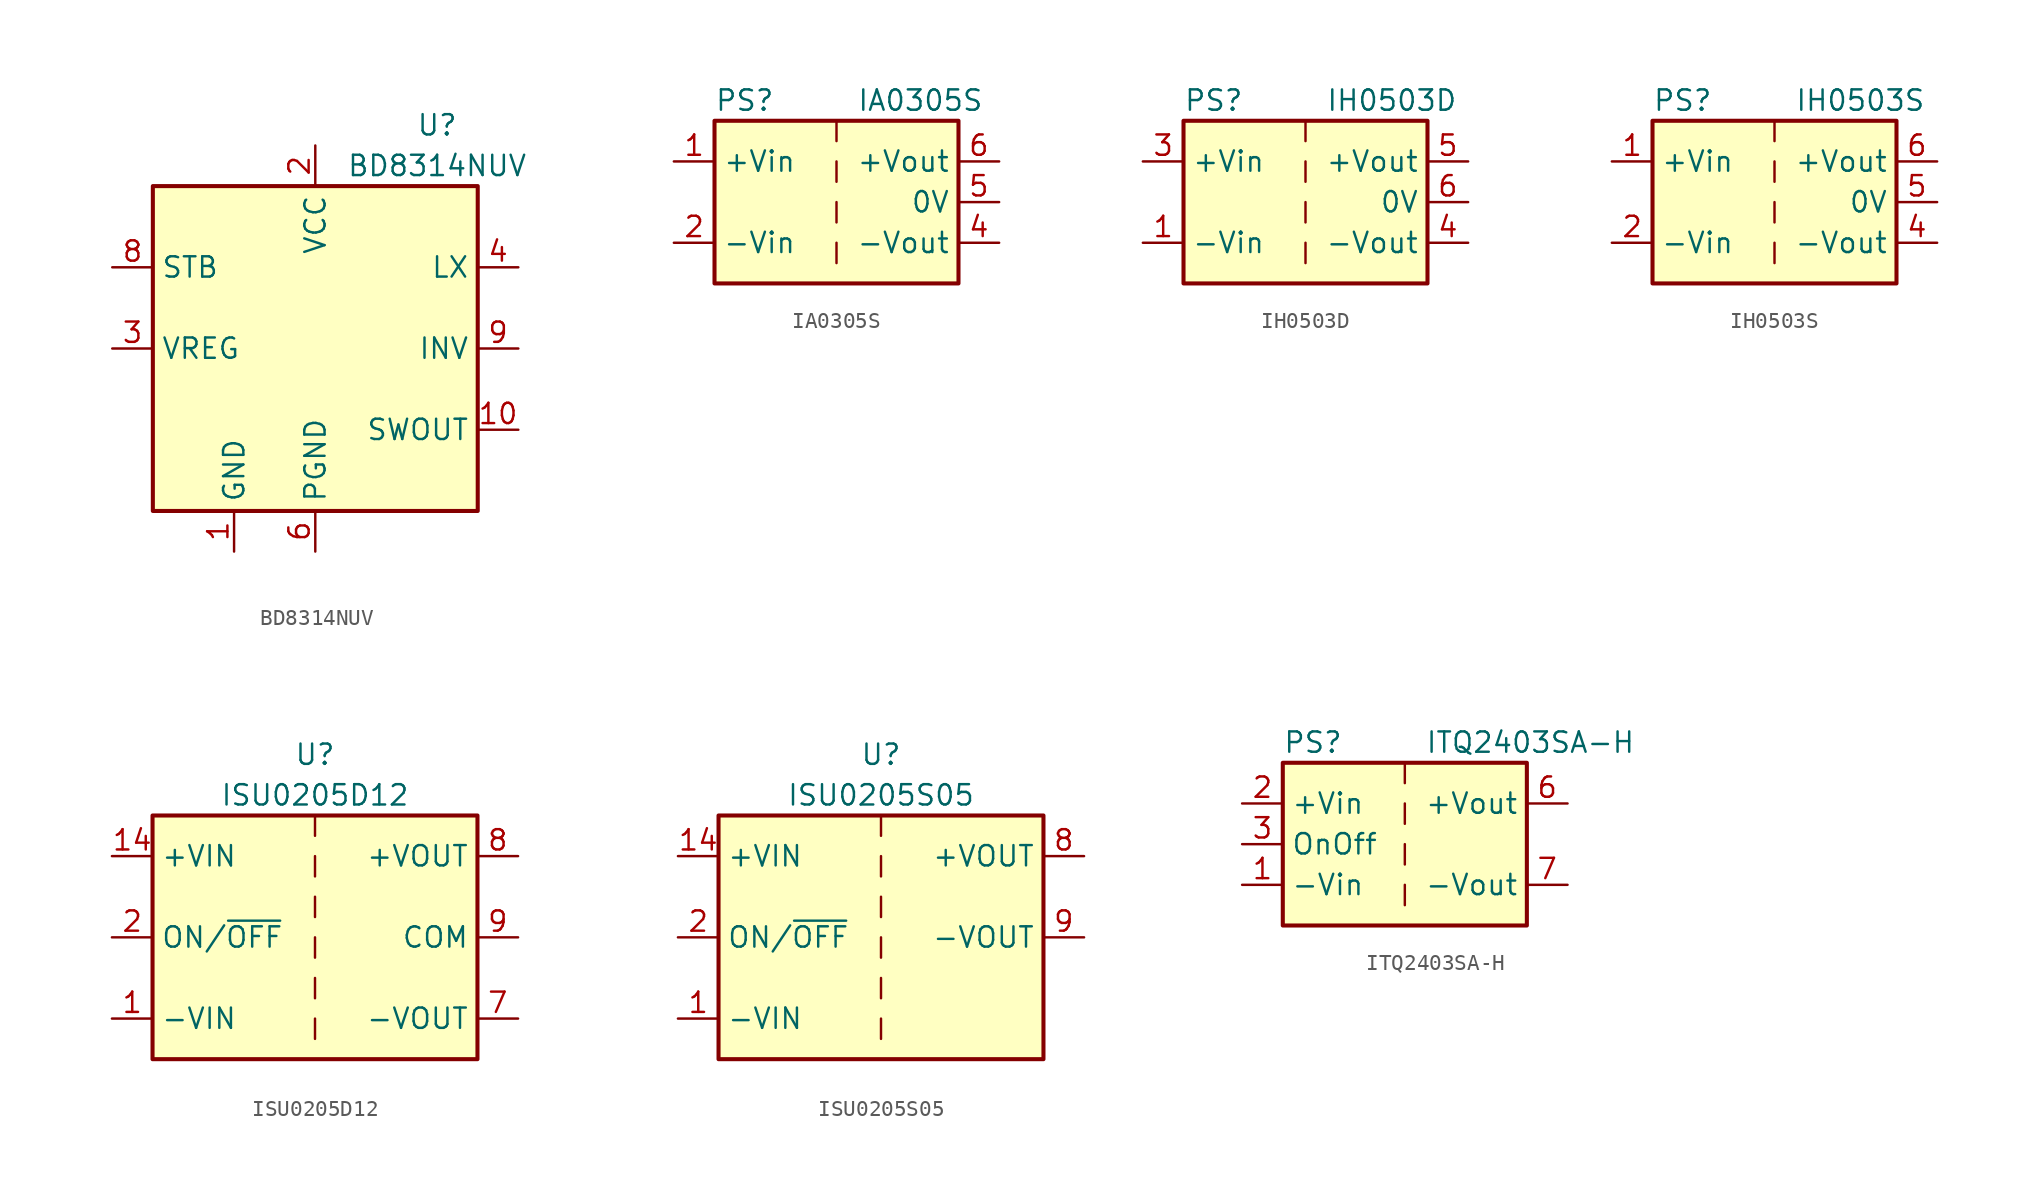
<source format=kicad_sym>
(kicad_symbol_lib
  (version 20201005)
  (generator kicad_symbol_editor)
  (symbol "BD8314NUV"
    (property "Reference" "U"
      (at 7.62 13.97 0)
      (effects (font (size 1.27 1.27))))
    (property "Value" "BD8314NUV"
      (at 7.62 11.43 0)
      (effects (font (size 1.27 1.27))))
    (symbol "BD8314NUV_0_1"
      (rectangle (start -10.16 10.16) (end 10.16 -10.16) (stroke (width 0.254)) (fill (type background))))
    (symbol "BD8314NUV_1_1"
      (pin power_in line (at -5.08 -12.7 90) (length 2.54) (name "GND" (effects (font (size 1.27 1.27)))) (number "1" (effects (font (size 1.27 1.27)))))
      (pin passive line (at 12.7 -5.08 180) (length 2.54) (name "SWOUT" (effects (font (size 1.27 1.27)))) (number "10" (effects (font (size 1.27 1.27)))))
      (pin passive line (at 0 -12.7 90) (length 2.54) hide (name "PGND" (effects (font (size 1.27 1.27)))) (number "11" (effects (font (size 1.27 1.27)))))
      (pin power_in line (at 0 12.7 270) (length 2.54) (name "VCC" (effects (font (size 1.27 1.27)))) (number "2" (effects (font (size 1.27 1.27)))))
      (pin passive line (at -12.7 0 0) (length 2.54) (name "VREG" (effects (font (size 1.27 1.27)))) (number "3" (effects (font (size 1.27 1.27)))))
      (pin passive line (at 12.7 5.08 180) (length 2.54) (name "LX" (effects (font (size 1.27 1.27)))) (number "4" (effects (font (size 1.27 1.27)))))
      (pin passive line (at 12.7 5.08 180) (length 2.54) hide (name "LX" (effects (font (size 1.27 1.27)))) (number "5" (effects (font (size 1.27 1.27)))))
      (pin power_in line (at 0 -12.7 90) (length 2.54) (name "PGND" (effects (font (size 1.27 1.27)))) (number "6" (effects (font (size 1.27 1.27)))))
      (pin passive line (at 0 -12.7 90) (length 2.54) hide (name "PGND" (effects (font (size 1.27 1.27)))) (number "7" (effects (font (size 1.27 1.27)))))
      (pin input line (at -12.7 5.08 0) (length 2.54) (name "STB" (effects (font (size 1.27 1.27)))) (number "8" (effects (font (size 1.27 1.27)))))
      (pin passive line (at 12.7 0 180) (length 2.54) (name "INV" (effects (font (size 1.27 1.27)))) (number "9" (effects (font (size 1.27 1.27)))))))
  (symbol "IA0305S"
    (property "Reference" "PS"
      (at -7.62 6.35 0)
      (effects (font (size 1.27 1.27)) (justify left)))
    (property "Value" "IA0305S"
      (at 1.27 6.35 0)
      (effects (font (size 1.27 1.27)) (justify left)))
    (symbol "IA0305S_0_0"
      (pin power_in line (at -10.16 2.54 0) (length 2.54) (name "+Vin" (effects (font (size 1.27 1.27)))) (number "1" (effects (font (size 1.27 1.27)))))
      (pin power_in line (at -10.16 -2.54 0) (length 2.54) (name "-Vin" (effects (font (size 1.27 1.27)))) (number "2" (effects (font (size 1.27 1.27)))))
      (pin power_out line (at 10.16 -2.54 180) (length 2.54) (name "-Vout" (effects (font (size 1.27 1.27)))) (number "4" (effects (font (size 1.27 1.27)))))
      (pin power_out line (at 10.16 0 180) (length 2.54) (name "0V" (effects (font (size 1.27 1.27)))) (number "5" (effects (font (size 1.27 1.27)))))
      (pin power_out line (at 10.16 2.54 180) (length 2.54) (name "+Vout" (effects (font (size 1.27 1.27)))) (number "6" (effects (font (size 1.27 1.27))))))
    (symbol "IA0305S_0_1"
      (rectangle (start -7.62 5.08) (end 7.62 -5.08) (stroke (width 0.254)) (fill (type background)))
      (polyline (pts (xy 0 -2.54) (xy 0 -3.81)) (stroke (width 0)) (fill (type none)))
      (polyline (pts (xy 0 0) (xy 0 -1.27)) (stroke (width 0)) (fill (type none)))
      (polyline (pts (xy 0 2.54) (xy 0 1.27)) (stroke (width 0)) (fill (type none)))
      (polyline (pts (xy 0 5.08) (xy 0 3.81)) (stroke (width 0)) (fill (type none)))))
  (symbol "IH0503D"
    (property "Reference" "PS"
      (at -7.62 6.35 0)
      (effects (font (size 1.27 1.27)) (justify left)))
    (property "Value" "IH0503D"
      (at 1.27 6.35 0)
      (effects (font (size 1.27 1.27)) (justify left)))
    (symbol "IH0503D_0_0"
      (pin power_in line (at -10.16 -2.54 0) (length 2.54) (name "-Vin" (effects (font (size 1.27 1.27)))) (number "1" (effects (font (size 1.27 1.27)))))
      (pin power_in line (at -10.16 2.54 0) (length 2.54) (name "+Vin" (effects (font (size 1.27 1.27)))) (number "3" (effects (font (size 1.27 1.27)))))
      (pin power_out line (at 10.16 -2.54 180) (length 2.54) (name "-Vout" (effects (font (size 1.27 1.27)))) (number "4" (effects (font (size 1.27 1.27)))))
      (pin power_out line (at 10.16 2.54 180) (length 2.54) (name "+Vout" (effects (font (size 1.27 1.27)))) (number "5" (effects (font (size 1.27 1.27)))))
      (pin power_out line (at 10.16 0 180) (length 2.54) (name "0V" (effects (font (size 1.27 1.27)))) (number "6" (effects (font (size 1.27 1.27))))))
    (symbol "IH0503D_0_1"
      (rectangle (start -7.62 5.08) (end 7.62 -5.08) (stroke (width 0.254)) (fill (type background)))
      (polyline (pts (xy 0 -2.54) (xy 0 -3.81)) (stroke (width 0)) (fill (type none)))
      (polyline (pts (xy 0 0) (xy 0 -1.27)) (stroke (width 0)) (fill (type none)))
      (polyline (pts (xy 0 2.54) (xy 0 1.27)) (stroke (width 0)) (fill (type none)))
      (polyline (pts (xy 0 5.08) (xy 0 3.81)) (stroke (width 0)) (fill (type none))))
    (symbol "IH0503D_1_1"
      (pin no_connect line (at 0 -5.08 90) (length 2.54) hide (name "NC" (effects (font (size 1.27 1.27)))) (number "2" (effects (font (size 1.27 1.27)))))))
  (symbol "IH0503S"
    (property "Reference" "PS"
      (at -7.62 6.35 0)
      (effects (font (size 1.27 1.27)) (justify left)))
    (property "Value" "IH0503S"
      (at 1.27 6.35 0)
      (effects (font (size 1.27 1.27)) (justify left)))
    (symbol "IH0503S_0_0"
      (pin power_in line (at -10.16 2.54 0) (length 2.54) (name "+Vin" (effects (font (size 1.27 1.27)))) (number "1" (effects (font (size 1.27 1.27)))))
      (pin power_in line (at -10.16 -2.54 0) (length 2.54) (name "-Vin" (effects (font (size 1.27 1.27)))) (number "2" (effects (font (size 1.27 1.27)))))
      (pin power_out line (at 10.16 -2.54 180) (length 2.54) (name "-Vout" (effects (font (size 1.27 1.27)))) (number "4" (effects (font (size 1.27 1.27)))))
      (pin power_out line (at 10.16 0 180) (length 2.54) (name "0V" (effects (font (size 1.27 1.27)))) (number "5" (effects (font (size 1.27 1.27)))))
      (pin power_out line (at 10.16 2.54 180) (length 2.54) (name "+Vout" (effects (font (size 1.27 1.27)))) (number "6" (effects (font (size 1.27 1.27))))))
    (symbol "IH0503S_0_1"
      (rectangle (start -7.62 5.08) (end 7.62 -5.08) (stroke (width 0.254)) (fill (type background)))
      (polyline (pts (xy 0 -2.54) (xy 0 -3.81)) (stroke (width 0)) (fill (type none)))
      (polyline (pts (xy 0 0) (xy 0 -1.27)) (stroke (width 0)) (fill (type none)))
      (polyline (pts (xy 0 2.54) (xy 0 1.27)) (stroke (width 0)) (fill (type none)))
      (polyline (pts (xy 0 5.08) (xy 0 3.81)) (stroke (width 0)) (fill (type none)))))
  (symbol "ISU0205D12"
    (property "Reference" "U"
      (at 0 11.43 0)
      (effects (font (size 1.27 1.27))))
    (property "Value" "ISU0205D12"
      (at 0 8.89 0)
      (effects (font (size 1.27 1.27))))
    (symbol "ISU0205D12_0_1"
      (rectangle (start -10.16 7.62) (end 10.16 -7.62) (stroke (width 0.254)) (fill (type background)))
      (polyline (pts (xy 0 -5.08) (xy 0 -6.35)) (stroke (width 0)) (fill (type none)))
      (polyline (pts (xy 0 -2.54) (xy 0 -3.81)) (stroke (width 0)) (fill (type none)))
      (polyline (pts (xy 0 0) (xy 0 -1.27)) (stroke (width 0)) (fill (type none)))
      (polyline (pts (xy 0 2.54) (xy 0 1.27)) (stroke (width 0)) (fill (type none)))
      (polyline (pts (xy 0 5.08) (xy 0 3.81)) (stroke (width 0)) (fill (type none)))
      (polyline (pts (xy 0 7.62) (xy 0 6.35)) (stroke (width 0)) (fill (type none))))
    (symbol "ISU0205D12_1_1"
      (pin power_in line (at -12.7 -5.08 0) (length 2.54) (name "-VIN" (effects (font (size 1.27 1.27)))) (number "1" (effects (font (size 1.27 1.27)))))
      (pin power_in line (at -12.7 5.08 0) (length 2.54) (name "+VIN" (effects (font (size 1.27 1.27)))) (number "14" (effects (font (size 1.27 1.27)))))
      (pin input line (at -12.7 0 0) (length 2.54) (name "ON/~OFF" (effects (font (size 1.27 1.27)))) (number "2" (effects (font (size 1.27 1.27)))))
      (pin passive line (at 12.7 0 180) (length 2.54) hide (name "COM" (effects (font (size 1.27 1.27)))) (number "6" (effects (font (size 1.27 1.27)))))
      (pin power_out line (at 12.7 -5.08 180) (length 2.54) (name "-VOUT" (effects (font (size 1.27 1.27)))) (number "7" (effects (font (size 1.27 1.27)))))
      (pin power_out line (at 12.7 5.08 180) (length 2.54) (name "+VOUT" (effects (font (size 1.27 1.27)))) (number "8" (effects (font (size 1.27 1.27)))))
      (pin power_out line (at 12.7 0 180) (length 2.54) (name "COM" (effects (font (size 1.27 1.27)))) (number "9" (effects (font (size 1.27 1.27)))))))
  (symbol "ISU0205S05"
    (property "Reference" "U"
      (at 0 11.43 0)
      (effects (font (size 1.27 1.27))))
    (property "Value" "ISU0205S05"
      (at 0 8.89 0)
      (effects (font (size 1.27 1.27))))
    (symbol "ISU0205S05_0_1"
      (rectangle (start -10.16 7.62) (end 10.16 -7.62) (stroke (width 0.254)) (fill (type background)))
      (polyline (pts (xy 0 -5.08) (xy 0 -6.35)) (stroke (width 0)) (fill (type none)))
      (polyline (pts (xy 0 -2.54) (xy 0 -3.81)) (stroke (width 0)) (fill (type none)))
      (polyline (pts (xy 0 0) (xy 0 -1.27)) (stroke (width 0)) (fill (type none)))
      (polyline (pts (xy 0 2.54) (xy 0 1.27)) (stroke (width 0)) (fill (type none)))
      (polyline (pts (xy 0 5.08) (xy 0 3.81)) (stroke (width 0)) (fill (type none)))
      (polyline (pts (xy 0 7.62) (xy 0 6.35)) (stroke (width 0)) (fill (type none))))
    (symbol "ISU0205S05_1_1"
      (pin power_in line (at -12.7 -5.08 0) (length 2.54) (name "-VIN" (effects (font (size 1.27 1.27)))) (number "1" (effects (font (size 1.27 1.27)))))
      (pin power_in line (at -12.7 5.08 0) (length 2.54) (name "+VIN" (effects (font (size 1.27 1.27)))) (number "14" (effects (font (size 1.27 1.27)))))
      (pin input line (at -12.7 0 0) (length 2.54) (name "ON/~OFF" (effects (font (size 1.27 1.27)))) (number "2" (effects (font (size 1.27 1.27)))))
      (pin no_connect line (at 10.16 -2.54 180) (length 2.54) hide (name "NC" (effects (font (size 1.27 1.27)))) (number "6" (effects (font (size 1.27 1.27)))))
      (pin no_connect line (at 10.16 -5.08 180) (length 2.54) hide (name "NC" (effects (font (size 1.27 1.27)))) (number "7" (effects (font (size 1.27 1.27)))))
      (pin power_out line (at 12.7 5.08 180) (length 2.54) (name "+VOUT" (effects (font (size 1.27 1.27)))) (number "8" (effects (font (size 1.27 1.27)))))
      (pin power_out line (at 12.7 0 180) (length 2.54) (name "-VOUT" (effects (font (size 1.27 1.27)))) (number "9" (effects (font (size 1.27 1.27)))))))
  (symbol "ITQ2403SA-H"
    (property "Reference" "PS"
      (at -7.62 6.35 0)
      (effects (font (size 1.27 1.27)) (justify left)))
    (property "Value" "ITQ2403SA-H"
      (at 1.27 6.35 0)
      (effects (font (size 1.27 1.27)) (justify left)))
    (symbol "ITQ2403SA-H_0_0"
      (pin power_in line (at -10.16 -2.54 0) (length 2.54) (name "-Vin" (effects (font (size 1.27 1.27)))) (number "1" (effects (font (size 1.27 1.27)))))
      (pin power_in line (at -10.16 2.54 0) (length 2.54) (name "+Vin" (effects (font (size 1.27 1.27)))) (number "2" (effects (font (size 1.27 1.27)))))
      (pin input line (at -10.16 0 0) (length 2.54) (name "OnOff" (effects (font (size 1.27 1.27)))) (number "3" (effects (font (size 1.27 1.27)))))
      (pin power_out line (at 10.16 2.54 180) (length 2.54) (name "+Vout" (effects (font (size 1.27 1.27)))) (number "6" (effects (font (size 1.27 1.27)))))
      (pin power_out line (at 10.16 -2.54 180) (length 2.54) (name "-Vout" (effects (font (size 1.27 1.27)))) (number "7" (effects (font (size 1.27 1.27)))))
      (pin no_connect line (at 7.62 0 180) (length 2.54) hide (name "NC" (effects (font (size 1.27 1.27)))) (number "8" (effects (font (size 1.27 1.27))))))
    (symbol "ITQ2403SA-H_0_1"
      (rectangle (start -7.62 5.08) (end 7.62 -5.08) (stroke (width 0.254)) (fill (type background)))
      (polyline (pts (xy 0 -2.54) (xy 0 -3.81)) (stroke (width 0)) (fill (type none)))
      (polyline (pts (xy 0 0) (xy 0 -1.27)) (stroke (width 0)) (fill (type none)))
      (polyline (pts (xy 0 2.54) (xy 0 1.27)) (stroke (width 0)) (fill (type none)))
      (polyline (pts (xy 0 5.08) (xy 0 3.81)) (stroke (width 0)) (fill (type none))))))
</source>
